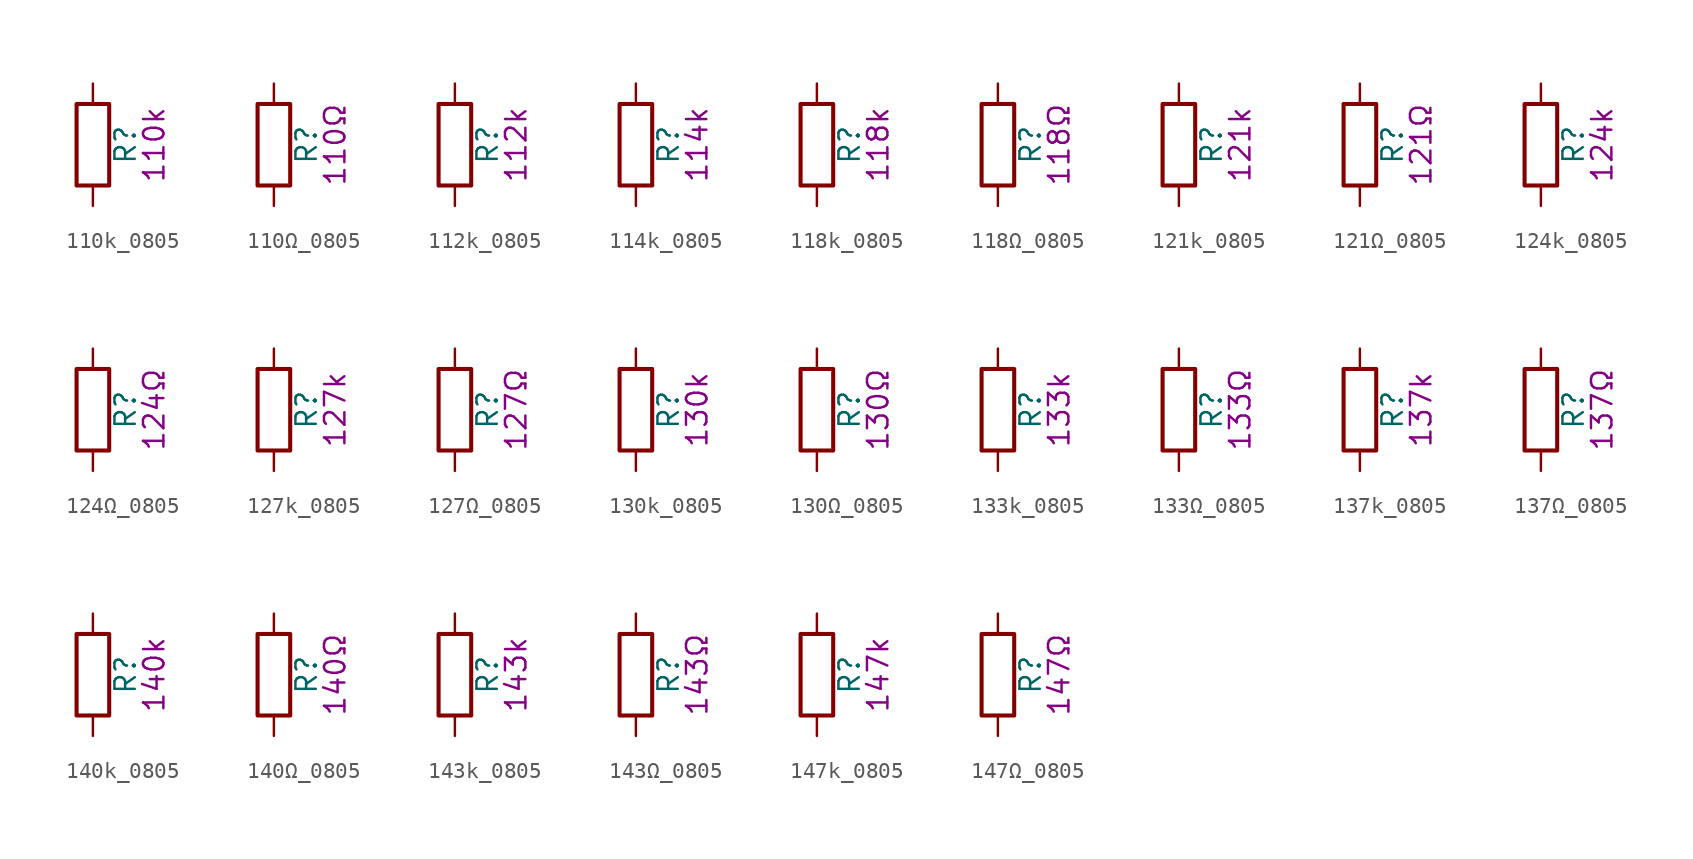
<source format=kicad_sym>
(kicad_symbol_lib
  (version 20211014)
  (generator kicad_symbol_editor)
  (symbol "110k_0805"
    (pin_numbers hide)
    (pin_names
      (offset 0))
    (property "Reference" "R"
      (at 2.032 0 90)
      (effects (font (size 1.27 1.27))))
    (property "Display" "110k"
      (at 3.81 0 90)
      (effects (font (size 1.27 1.27))))
    (symbol "110k_0805_0_1"
      (rectangle (start -1.016 -2.54) (end 1.016 2.54) (stroke (width 0.254) (type default) (color 0 0 0 0)) (fill (type none))))
    (symbol "110k_0805_1_1"
      (pin passive line (at 0 3.81 270) (length 1.27) (name "~" (effects (font (size 1.27 1.27)))) (number "1" (effects (font (size 1.27 1.27)))))
      (pin passive line (at 0 -3.81 90) (length 1.27) (name "~" (effects (font (size 1.27 1.27)))) (number "2" (effects (font (size 1.27 1.27)))))))
  (symbol "110Ω_0805"
    (pin_numbers hide)
    (pin_names
      (offset 0))
    (property "Reference" "R"
      (at 2.032 0 90)
      (effects (font (size 1.27 1.27))))
    (property "Display" "110Ω"
      (at 3.81 0 90)
      (effects (font (size 1.27 1.27))))
    (symbol "110Ω_0805_0_1"
      (rectangle (start -1.016 -2.54) (end 1.016 2.54) (stroke (width 0.254) (type default) (color 0 0 0 0)) (fill (type none))))
    (symbol "110Ω_0805_1_1"
      (pin passive line (at 0 3.81 270) (length 1.27) (name "~" (effects (font (size 1.27 1.27)))) (number "1" (effects (font (size 1.27 1.27)))))
      (pin passive line (at 0 -3.81 90) (length 1.27) (name "~" (effects (font (size 1.27 1.27)))) (number "2" (effects (font (size 1.27 1.27)))))))
  (symbol "112k_0805"
    (pin_numbers hide)
    (pin_names
      (offset 0))
    (property "Reference" "R"
      (at 2.032 0 90)
      (effects (font (size 1.27 1.27))))
    (property "Display" "112k"
      (at 3.81 0 90)
      (effects (font (size 1.27 1.27))))
    (symbol "112k_0805_0_1"
      (rectangle (start -1.016 -2.54) (end 1.016 2.54) (stroke (width 0.254) (type default) (color 0 0 0 0)) (fill (type none))))
    (symbol "112k_0805_1_1"
      (pin passive line (at 0 3.81 270) (length 1.27) (name "~" (effects (font (size 1.27 1.27)))) (number "1" (effects (font (size 1.27 1.27)))))
      (pin passive line (at 0 -3.81 90) (length 1.27) (name "~" (effects (font (size 1.27 1.27)))) (number "2" (effects (font (size 1.27 1.27)))))))
  (symbol "114k_0805"
    (pin_numbers hide)
    (pin_names
      (offset 0))
    (property "Reference" "R"
      (at 2.032 0 90)
      (effects (font (size 1.27 1.27))))
    (property "Display" "114k"
      (at 3.81 0 90)
      (effects (font (size 1.27 1.27))))
    (symbol "114k_0805_0_1"
      (rectangle (start -1.016 -2.54) (end 1.016 2.54) (stroke (width 0.254) (type default) (color 0 0 0 0)) (fill (type none))))
    (symbol "114k_0805_1_1"
      (pin passive line (at 0 3.81 270) (length 1.27) (name "~" (effects (font (size 1.27 1.27)))) (number "1" (effects (font (size 1.27 1.27)))))
      (pin passive line (at 0 -3.81 90) (length 1.27) (name "~" (effects (font (size 1.27 1.27)))) (number "2" (effects (font (size 1.27 1.27)))))))
  (symbol "118k_0805"
    (pin_numbers hide)
    (pin_names
      (offset 0))
    (property "Reference" "R"
      (at 2.032 0 90)
      (effects (font (size 1.27 1.27))))
    (property "Display" "118k"
      (at 3.81 0 90)
      (effects (font (size 1.27 1.27))))
    (symbol "118k_0805_0_1"
      (rectangle (start -1.016 -2.54) (end 1.016 2.54) (stroke (width 0.254) (type default) (color 0 0 0 0)) (fill (type none))))
    (symbol "118k_0805_1_1"
      (pin passive line (at 0 3.81 270) (length 1.27) (name "~" (effects (font (size 1.27 1.27)))) (number "1" (effects (font (size 1.27 1.27)))))
      (pin passive line (at 0 -3.81 90) (length 1.27) (name "~" (effects (font (size 1.27 1.27)))) (number "2" (effects (font (size 1.27 1.27)))))))
  (symbol "118Ω_0805"
    (pin_numbers hide)
    (pin_names
      (offset 0))
    (property "Reference" "R"
      (at 2.032 0 90)
      (effects (font (size 1.27 1.27))))
    (property "Display" "118Ω"
      (at 3.81 0 90)
      (effects (font (size 1.27 1.27))))
    (symbol "118Ω_0805_0_1"
      (rectangle (start -1.016 -2.54) (end 1.016 2.54) (stroke (width 0.254) (type default) (color 0 0 0 0)) (fill (type none))))
    (symbol "118Ω_0805_1_1"
      (pin passive line (at 0 3.81 270) (length 1.27) (name "~" (effects (font (size 1.27 1.27)))) (number "1" (effects (font (size 1.27 1.27)))))
      (pin passive line (at 0 -3.81 90) (length 1.27) (name "~" (effects (font (size 1.27 1.27)))) (number "2" (effects (font (size 1.27 1.27)))))))
  (symbol "121k_0805"
    (pin_numbers hide)
    (pin_names
      (offset 0))
    (property "Reference" "R"
      (at 2.032 0 90)
      (effects (font (size 1.27 1.27))))
    (property "Display" "121k"
      (at 3.81 0 90)
      (effects (font (size 1.27 1.27))))
    (symbol "121k_0805_0_1"
      (rectangle (start -1.016 -2.54) (end 1.016 2.54) (stroke (width 0.254) (type default) (color 0 0 0 0)) (fill (type none))))
    (symbol "121k_0805_1_1"
      (pin passive line (at 0 3.81 270) (length 1.27) (name "~" (effects (font (size 1.27 1.27)))) (number "1" (effects (font (size 1.27 1.27)))))
      (pin passive line (at 0 -3.81 90) (length 1.27) (name "~" (effects (font (size 1.27 1.27)))) (number "2" (effects (font (size 1.27 1.27)))))))
  (symbol "121Ω_0805"
    (pin_numbers hide)
    (pin_names
      (offset 0))
    (property "Reference" "R"
      (at 2.032 0 90)
      (effects (font (size 1.27 1.27))))
    (property "Display" "121Ω"
      (at 3.81 0 90)
      (effects (font (size 1.27 1.27))))
    (symbol "121Ω_0805_0_1"
      (rectangle (start -1.016 -2.54) (end 1.016 2.54) (stroke (width 0.254) (type default) (color 0 0 0 0)) (fill (type none))))
    (symbol "121Ω_0805_1_1"
      (pin passive line (at 0 3.81 270) (length 1.27) (name "~" (effects (font (size 1.27 1.27)))) (number "1" (effects (font (size 1.27 1.27)))))
      (pin passive line (at 0 -3.81 90) (length 1.27) (name "~" (effects (font (size 1.27 1.27)))) (number "2" (effects (font (size 1.27 1.27)))))))
  (symbol "124k_0805"
    (pin_numbers hide)
    (pin_names
      (offset 0))
    (property "Reference" "R"
      (at 2.032 0 90)
      (effects (font (size 1.27 1.27))))
    (property "Display" "124k"
      (at 3.81 0 90)
      (effects (font (size 1.27 1.27))))
    (symbol "124k_0805_0_1"
      (rectangle (start -1.016 -2.54) (end 1.016 2.54) (stroke (width 0.254) (type default) (color 0 0 0 0)) (fill (type none))))
    (symbol "124k_0805_1_1"
      (pin passive line (at 0 3.81 270) (length 1.27) (name "~" (effects (font (size 1.27 1.27)))) (number "1" (effects (font (size 1.27 1.27)))))
      (pin passive line (at 0 -3.81 90) (length 1.27) (name "~" (effects (font (size 1.27 1.27)))) (number "2" (effects (font (size 1.27 1.27)))))))
  (symbol "124Ω_0805"
    (pin_numbers hide)
    (pin_names
      (offset 0))
    (property "Reference" "R"
      (at 2.032 0 90)
      (effects (font (size 1.27 1.27))))
    (property "Display" "124Ω"
      (at 3.81 0 90)
      (effects (font (size 1.27 1.27))))
    (symbol "124Ω_0805_0_1"
      (rectangle (start -1.016 -2.54) (end 1.016 2.54) (stroke (width 0.254) (type default) (color 0 0 0 0)) (fill (type none))))
    (symbol "124Ω_0805_1_1"
      (pin passive line (at 0 3.81 270) (length 1.27) (name "~" (effects (font (size 1.27 1.27)))) (number "1" (effects (font (size 1.27 1.27)))))
      (pin passive line (at 0 -3.81 90) (length 1.27) (name "~" (effects (font (size 1.27 1.27)))) (number "2" (effects (font (size 1.27 1.27)))))))
  (symbol "127k_0805"
    (pin_numbers hide)
    (pin_names
      (offset 0))
    (property "Reference" "R"
      (at 2.032 0 90)
      (effects (font (size 1.27 1.27))))
    (property "Display" "127k"
      (at 3.81 0 90)
      (effects (font (size 1.27 1.27))))
    (symbol "127k_0805_0_1"
      (rectangle (start -1.016 -2.54) (end 1.016 2.54) (stroke (width 0.254) (type default) (color 0 0 0 0)) (fill (type none))))
    (symbol "127k_0805_1_1"
      (pin passive line (at 0 3.81 270) (length 1.27) (name "~" (effects (font (size 1.27 1.27)))) (number "1" (effects (font (size 1.27 1.27)))))
      (pin passive line (at 0 -3.81 90) (length 1.27) (name "~" (effects (font (size 1.27 1.27)))) (number "2" (effects (font (size 1.27 1.27)))))))
  (symbol "127Ω_0805"
    (pin_numbers hide)
    (pin_names
      (offset 0))
    (property "Reference" "R"
      (at 2.032 0 90)
      (effects (font (size 1.27 1.27))))
    (property "Display" "127Ω"
      (at 3.81 0 90)
      (effects (font (size 1.27 1.27))))
    (symbol "127Ω_0805_0_1"
      (rectangle (start -1.016 -2.54) (end 1.016 2.54) (stroke (width 0.254) (type default) (color 0 0 0 0)) (fill (type none))))
    (symbol "127Ω_0805_1_1"
      (pin passive line (at 0 3.81 270) (length 1.27) (name "~" (effects (font (size 1.27 1.27)))) (number "1" (effects (font (size 1.27 1.27)))))
      (pin passive line (at 0 -3.81 90) (length 1.27) (name "~" (effects (font (size 1.27 1.27)))) (number "2" (effects (font (size 1.27 1.27)))))))
  (symbol "130k_0805"
    (pin_numbers hide)
    (pin_names
      (offset 0))
    (property "Reference" "R"
      (at 2.032 0 90)
      (effects (font (size 1.27 1.27))))
    (property "Display" "130k"
      (at 3.81 0 90)
      (effects (font (size 1.27 1.27))))
    (symbol "130k_0805_0_1"
      (rectangle (start -1.016 -2.54) (end 1.016 2.54) (stroke (width 0.254) (type default) (color 0 0 0 0)) (fill (type none))))
    (symbol "130k_0805_1_1"
      (pin passive line (at 0 3.81 270) (length 1.27) (name "~" (effects (font (size 1.27 1.27)))) (number "1" (effects (font (size 1.27 1.27)))))
      (pin passive line (at 0 -3.81 90) (length 1.27) (name "~" (effects (font (size 1.27 1.27)))) (number "2" (effects (font (size 1.27 1.27)))))))
  (symbol "130Ω_0805"
    (pin_numbers hide)
    (pin_names
      (offset 0))
    (property "Reference" "R"
      (at 2.032 0 90)
      (effects (font (size 1.27 1.27))))
    (property "Display" "130Ω"
      (at 3.81 0 90)
      (effects (font (size 1.27 1.27))))
    (symbol "130Ω_0805_0_1"
      (rectangle (start -1.016 -2.54) (end 1.016 2.54) (stroke (width 0.254) (type default) (color 0 0 0 0)) (fill (type none))))
    (symbol "130Ω_0805_1_1"
      (pin passive line (at 0 3.81 270) (length 1.27) (name "~" (effects (font (size 1.27 1.27)))) (number "1" (effects (font (size 1.27 1.27)))))
      (pin passive line (at 0 -3.81 90) (length 1.27) (name "~" (effects (font (size 1.27 1.27)))) (number "2" (effects (font (size 1.27 1.27)))))))
  (symbol "133k_0805"
    (pin_numbers hide)
    (pin_names
      (offset 0))
    (property "Reference" "R"
      (at 2.032 0 90)
      (effects (font (size 1.27 1.27))))
    (property "Display" "133k"
      (at 3.81 0 90)
      (effects (font (size 1.27 1.27))))
    (symbol "133k_0805_0_1"
      (rectangle (start -1.016 -2.54) (end 1.016 2.54) (stroke (width 0.254) (type default) (color 0 0 0 0)) (fill (type none))))
    (symbol "133k_0805_1_1"
      (pin passive line (at 0 3.81 270) (length 1.27) (name "~" (effects (font (size 1.27 1.27)))) (number "1" (effects (font (size 1.27 1.27)))))
      (pin passive line (at 0 -3.81 90) (length 1.27) (name "~" (effects (font (size 1.27 1.27)))) (number "2" (effects (font (size 1.27 1.27)))))))
  (symbol "133Ω_0805"
    (pin_numbers hide)
    (pin_names
      (offset 0))
    (property "Reference" "R"
      (at 2.032 0 90)
      (effects (font (size 1.27 1.27))))
    (property "Display" "133Ω"
      (at 3.81 0 90)
      (effects (font (size 1.27 1.27))))
    (symbol "133Ω_0805_0_1"
      (rectangle (start -1.016 -2.54) (end 1.016 2.54) (stroke (width 0.254) (type default) (color 0 0 0 0)) (fill (type none))))
    (symbol "133Ω_0805_1_1"
      (pin passive line (at 0 3.81 270) (length 1.27) (name "~" (effects (font (size 1.27 1.27)))) (number "1" (effects (font (size 1.27 1.27)))))
      (pin passive line (at 0 -3.81 90) (length 1.27) (name "~" (effects (font (size 1.27 1.27)))) (number "2" (effects (font (size 1.27 1.27)))))))
  (symbol "137k_0805"
    (pin_numbers hide)
    (pin_names
      (offset 0))
    (property "Reference" "R"
      (at 2.032 0 90)
      (effects (font (size 1.27 1.27))))
    (property "Display" "137k"
      (at 3.81 0 90)
      (effects (font (size 1.27 1.27))))
    (symbol "137k_0805_0_1"
      (rectangle (start -1.016 -2.54) (end 1.016 2.54) (stroke (width 0.254) (type default) (color 0 0 0 0)) (fill (type none))))
    (symbol "137k_0805_1_1"
      (pin passive line (at 0 3.81 270) (length 1.27) (name "~" (effects (font (size 1.27 1.27)))) (number "1" (effects (font (size 1.27 1.27)))))
      (pin passive line (at 0 -3.81 90) (length 1.27) (name "~" (effects (font (size 1.27 1.27)))) (number "2" (effects (font (size 1.27 1.27)))))))
  (symbol "137Ω_0805"
    (pin_numbers hide)
    (pin_names
      (offset 0))
    (property "Reference" "R"
      (at 2.032 0 90)
      (effects (font (size 1.27 1.27))))
    (property "Display" "137Ω"
      (at 3.81 0 90)
      (effects (font (size 1.27 1.27))))
    (symbol "137Ω_0805_0_1"
      (rectangle (start -1.016 -2.54) (end 1.016 2.54) (stroke (width 0.254) (type default) (color 0 0 0 0)) (fill (type none))))
    (symbol "137Ω_0805_1_1"
      (pin passive line (at 0 3.81 270) (length 1.27) (name "~" (effects (font (size 1.27 1.27)))) (number "1" (effects (font (size 1.27 1.27)))))
      (pin passive line (at 0 -3.81 90) (length 1.27) (name "~" (effects (font (size 1.27 1.27)))) (number "2" (effects (font (size 1.27 1.27)))))))
  (symbol "140k_0805"
    (pin_numbers hide)
    (pin_names
      (offset 0))
    (property "Reference" "R"
      (at 2.032 0 90)
      (effects (font (size 1.27 1.27))))
    (property "Display" "140k"
      (at 3.81 0 90)
      (effects (font (size 1.27 1.27))))
    (symbol "140k_0805_0_1"
      (rectangle (start -1.016 -2.54) (end 1.016 2.54) (stroke (width 0.254) (type default) (color 0 0 0 0)) (fill (type none))))
    (symbol "140k_0805_1_1"
      (pin passive line (at 0 3.81 270) (length 1.27) (name "~" (effects (font (size 1.27 1.27)))) (number "1" (effects (font (size 1.27 1.27)))))
      (pin passive line (at 0 -3.81 90) (length 1.27) (name "~" (effects (font (size 1.27 1.27)))) (number "2" (effects (font (size 1.27 1.27)))))))
  (symbol "140Ω_0805"
    (pin_numbers hide)
    (pin_names
      (offset 0))
    (property "Reference" "R"
      (at 2.032 0 90)
      (effects (font (size 1.27 1.27))))
    (property "Display" "140Ω"
      (at 3.81 0 90)
      (effects (font (size 1.27 1.27))))
    (symbol "140Ω_0805_0_1"
      (rectangle (start -1.016 -2.54) (end 1.016 2.54) (stroke (width 0.254) (type default) (color 0 0 0 0)) (fill (type none))))
    (symbol "140Ω_0805_1_1"
      (pin passive line (at 0 3.81 270) (length 1.27) (name "~" (effects (font (size 1.27 1.27)))) (number "1" (effects (font (size 1.27 1.27)))))
      (pin passive line (at 0 -3.81 90) (length 1.27) (name "~" (effects (font (size 1.27 1.27)))) (number "2" (effects (font (size 1.27 1.27)))))))
  (symbol "143k_0805"
    (pin_numbers hide)
    (pin_names
      (offset 0))
    (property "Reference" "R"
      (at 2.032 0 90)
      (effects (font (size 1.27 1.27))))
    (property "Display" "143k"
      (at 3.81 0 90)
      (effects (font (size 1.27 1.27))))
    (symbol "143k_0805_0_1"
      (rectangle (start -1.016 -2.54) (end 1.016 2.54) (stroke (width 0.254) (type default) (color 0 0 0 0)) (fill (type none))))
    (symbol "143k_0805_1_1"
      (pin passive line (at 0 3.81 270) (length 1.27) (name "~" (effects (font (size 1.27 1.27)))) (number "1" (effects (font (size 1.27 1.27)))))
      (pin passive line (at 0 -3.81 90) (length 1.27) (name "~" (effects (font (size 1.27 1.27)))) (number "2" (effects (font (size 1.27 1.27)))))))
  (symbol "143Ω_0805"
    (pin_numbers hide)
    (pin_names
      (offset 0))
    (property "Reference" "R"
      (at 2.032 0 90)
      (effects (font (size 1.27 1.27))))
    (property "Display" "143Ω"
      (at 3.81 0 90)
      (effects (font (size 1.27 1.27))))
    (symbol "143Ω_0805_0_1"
      (rectangle (start -1.016 -2.54) (end 1.016 2.54) (stroke (width 0.254) (type default) (color 0 0 0 0)) (fill (type none))))
    (symbol "143Ω_0805_1_1"
      (pin passive line (at 0 3.81 270) (length 1.27) (name "~" (effects (font (size 1.27 1.27)))) (number "1" (effects (font (size 1.27 1.27)))))
      (pin passive line (at 0 -3.81 90) (length 1.27) (name "~" (effects (font (size 1.27 1.27)))) (number "2" (effects (font (size 1.27 1.27)))))))
  (symbol "147k_0805"
    (pin_numbers hide)
    (pin_names
      (offset 0))
    (property "Reference" "R"
      (at 2.032 0 90)
      (effects (font (size 1.27 1.27))))
    (property "Display" "147k"
      (at 3.81 0 90)
      (effects (font (size 1.27 1.27))))
    (symbol "147k_0805_0_1"
      (rectangle (start -1.016 -2.54) (end 1.016 2.54) (stroke (width 0.254) (type default) (color 0 0 0 0)) (fill (type none))))
    (symbol "147k_0805_1_1"
      (pin passive line (at 0 3.81 270) (length 1.27) (name "~" (effects (font (size 1.27 1.27)))) (number "1" (effects (font (size 1.27 1.27)))))
      (pin passive line (at 0 -3.81 90) (length 1.27) (name "~" (effects (font (size 1.27 1.27)))) (number "2" (effects (font (size 1.27 1.27)))))))
  (symbol "147Ω_0805"
    (pin_numbers hide)
    (pin_names
      (offset 0))
    (property "Reference" "R"
      (at 2.032 0 90)
      (effects (font (size 1.27 1.27))))
    (property "Display" "147Ω"
      (at 3.81 0 90)
      (effects (font (size 1.27 1.27))))
    (symbol "147Ω_0805_0_1"
      (rectangle (start -1.016 -2.54) (end 1.016 2.54) (stroke (width 0.254) (type default) (color 0 0 0 0)) (fill (type none))))
    (symbol "147Ω_0805_1_1"
      (pin passive line (at 0 3.81 270) (length 1.27) (name "~" (effects (font (size 1.27 1.27)))) (number "1" (effects (font (size 1.27 1.27)))))
      (pin passive line (at 0 -3.81 90) (length 1.27) (name "~" (effects (font (size 1.27 1.27)))) (number "2" (effects (font (size 1.27 1.27))))))))
</source>
